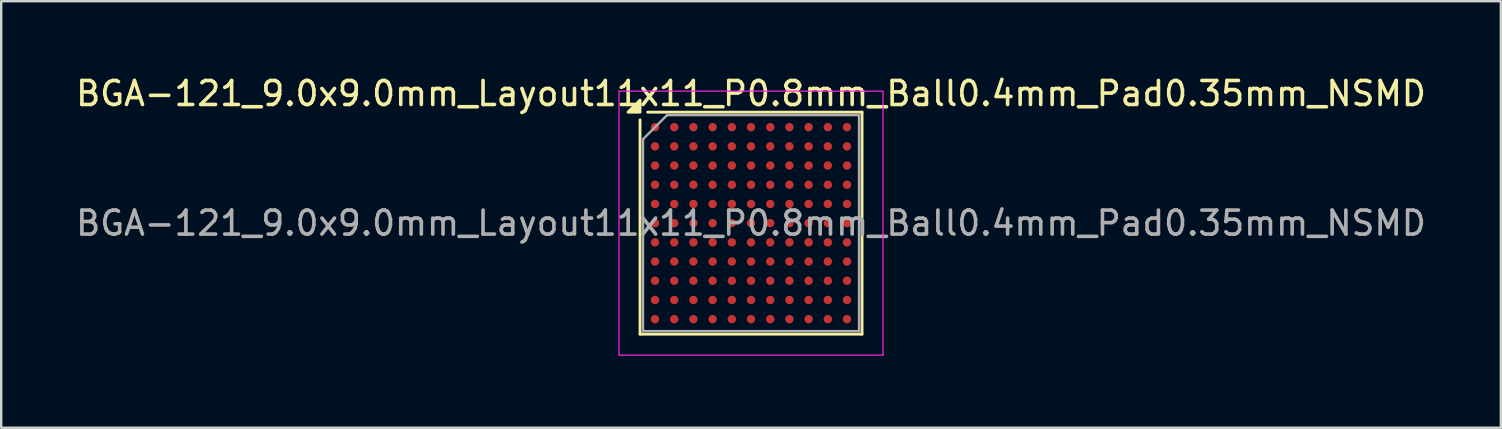
<source format=kicad_pcb>
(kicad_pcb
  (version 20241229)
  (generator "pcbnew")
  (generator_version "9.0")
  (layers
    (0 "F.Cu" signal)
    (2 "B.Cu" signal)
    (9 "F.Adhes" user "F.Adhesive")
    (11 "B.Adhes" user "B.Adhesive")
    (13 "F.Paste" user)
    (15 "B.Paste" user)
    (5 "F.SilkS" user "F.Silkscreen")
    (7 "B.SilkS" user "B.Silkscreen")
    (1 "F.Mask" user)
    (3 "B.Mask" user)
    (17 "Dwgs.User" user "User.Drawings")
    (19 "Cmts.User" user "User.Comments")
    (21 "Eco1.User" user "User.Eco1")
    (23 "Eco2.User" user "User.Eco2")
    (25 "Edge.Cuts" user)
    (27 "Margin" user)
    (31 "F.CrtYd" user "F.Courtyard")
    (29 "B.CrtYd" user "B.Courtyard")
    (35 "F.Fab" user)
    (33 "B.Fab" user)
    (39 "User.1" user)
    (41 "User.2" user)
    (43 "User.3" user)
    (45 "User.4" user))
  (footprint "BGA-121_9.0x9.0mm_Layout11x11_P0.8mm_Ball0.4mm_Pad0.35mm_NSMD"
    (layer "F.Cu")
    (at 28.244 6.248)
    (property "Reference" "BGA-121_9.0x9.0mm_Layout11x11_P0.8mm_Ball0.4mm_Pad0.35mm_NSMD" (at 0 -5.4 0) (layer "F.SilkS") (effects (font (size 1 1) (thickness 0.15))))
    (attr smd)
    (fp_line (start -4.625 4.625) (end -4.625 -4.305) (stroke (width 0.12) (type solid)) (layer "F.SilkS"))
    (fp_line (start -4.625 4.625) (end 4.625 4.625) (stroke (width 0.12) (type solid)) (layer "F.SilkS"))
    (fp_line (start -4.305 -4.625) (end 4.625 -4.625) (stroke (width 0.12) (type solid)) (layer "F.SilkS"))
    (fp_line (start 4.625 -4.625) (end 4.625 4.625) (stroke (width 0.12) (type solid)) (layer "F.SilkS"))
    (fp_poly (pts (xy -4.625 -4.625) (xy -5.125 -4.625) (xy -4.625 -5.125) (xy -4.625 -4.625)) (stroke (width 0.12) (type solid)) (fill yes) (layer "F.SilkS"))
    (fp_line (start -5.5 -5.5) (end -5.5 5.5) (stroke (width 0.05) (type solid)) (layer "F.CrtYd"))
    (fp_line (start -5.5 -5.5) (end 5.5 -5.5) (stroke (width 0.05) (type solid)) (layer "F.CrtYd"))
    (fp_line (start 5.5 -5.5) (end 5.5 5.5) (stroke (width 0.05) (type solid)) (layer "F.CrtYd"))
    (fp_line (start 5.5 5.5) (end -5.5 5.5) (stroke (width 0.05) (type solid)) (layer "F.CrtYd"))
    (fp_line (start -4.5 -3.5) (end -4.5 4.5) (stroke (width 0.1) (type solid)) (layer "F.Fab"))
    (fp_line (start -4.5 4.5) (end 4.5 4.5) (stroke (width 0.1) (type solid)) (layer "F.Fab"))
    (fp_line (start -3.5 -4.5) (end -4.5 -3.5) (stroke (width 0.1) (type solid)) (layer "F.Fab"))
    (fp_line (start -3.5 -4.5) (end 4.5 -4.5) (stroke (width 0.1) (type solid)) (layer "F.Fab"))
    (fp_line (start 4.5 4.5) (end 4.5 -4.5) (stroke (width 0.1) (type solid)) (layer "F.Fab"))
    (fp_text user "${REFERENCE}" (at 0 0 0) (layer "F.Fab") (effects (font (size 1 1) (thickness 0.15))))
    (pad "A1" smd circle (at -4 -4) (size 0.35 0.35) (property pad_prop_bga) (layers "F.Cu" "F.Mask" "F.Paste"))
    (pad "A2" smd circle (at -3.2 -4) (size 0.35 0.35) (property pad_prop_bga) (layers "F.Cu" "F.Mask" "F.Paste"))
    (pad "A3" smd circle (at -2.4 -4) (size 0.35 0.35) (property pad_prop_bga) (layers "F.Cu" "F.Mask" "F.Paste"))
    (pad "A4" smd circle (at -1.6 -4) (size 0.35 0.35) (property pad_prop_bga) (layers "F.Cu" "F.Mask" "F.Paste"))
    (pad "A5" smd circle (at -0.8 -4) (size 0.35 0.35) (property pad_prop_bga) (layers "F.Cu" "F.Mask" "F.Paste"))
    (pad "A6" smd circle (at 0 -4) (size 0.35 0.35) (property pad_prop_bga) (layers "F.Cu" "F.Mask" "F.Paste"))
    (pad "A7" smd circle (at 0.8 -4) (size 0.35 0.35) (property pad_prop_bga) (layers "F.Cu" "F.Mask" "F.Paste"))
    (pad "A8" smd circle (at 1.6 -4) (size 0.35 0.35) (property pad_prop_bga) (layers "F.Cu" "F.Mask" "F.Paste"))
    (pad "A9" smd circle (at 2.4 -4) (size 0.35 0.35) (property pad_prop_bga) (layers "F.Cu" "F.Mask" "F.Paste"))
    (pad "A10" smd circle (at 3.2 -4) (size 0.35 0.35) (property pad_prop_bga) (layers "F.Cu" "F.Mask" "F.Paste"))
    (pad "A11" smd circle (at 4 -4) (size 0.35 0.35) (property pad_prop_bga) (layers "F.Cu" "F.Mask" "F.Paste"))
    (pad "B1" smd circle (at -4 -3.2) (size 0.35 0.35) (property pad_prop_bga) (layers "F.Cu" "F.Mask" "F.Paste"))
    (pad "B2" smd circle (at -3.2 -3.2) (size 0.35 0.35) (property pad_prop_bga) (layers "F.Cu" "F.Mask" "F.Paste"))
    (pad "B3" smd circle (at -2.4 -3.2) (size 0.35 0.35) (property pad_prop_bga) (layers "F.Cu" "F.Mask" "F.Paste"))
    (pad "B4" smd circle (at -1.6 -3.2) (size 0.35 0.35) (property pad_prop_bga) (layers "F.Cu" "F.Mask" "F.Paste"))
    (pad "B5" smd circle (at -0.8 -3.2) (size 0.35 0.35) (property pad_prop_bga) (layers "F.Cu" "F.Mask" "F.Paste"))
    (pad "B6" smd circle (at 0 -3.2) (size 0.35 0.35) (property pad_prop_bga) (layers "F.Cu" "F.Mask" "F.Paste"))
    (pad "B7" smd circle (at 0.8 -3.2) (size 0.35 0.35) (property pad_prop_bga) (layers "F.Cu" "F.Mask" "F.Paste"))
    (pad "B8" smd circle (at 1.6 -3.2) (size 0.35 0.35) (property pad_prop_bga) (layers "F.Cu" "F.Mask" "F.Paste"))
    (pad "B9" smd circle (at 2.4 -3.2) (size 0.35 0.35) (property pad_prop_bga) (layers "F.Cu" "F.Mask" "F.Paste"))
    (pad "B10" smd circle (at 3.2 -3.2) (size 0.35 0.35) (property pad_prop_bga) (layers "F.Cu" "F.Mask" "F.Paste"))
    (pad "B11" smd circle (at 4 -3.2) (size 0.35 0.35) (property pad_prop_bga) (layers "F.Cu" "F.Mask" "F.Paste"))
    (pad "C1" smd circle (at -4 -2.4) (size 0.35 0.35) (property pad_prop_bga) (layers "F.Cu" "F.Mask" "F.Paste"))
    (pad "C2" smd circle (at -3.2 -2.4) (size 0.35 0.35) (property pad_prop_bga) (layers "F.Cu" "F.Mask" "F.Paste"))
    (pad "C3" smd circle (at -2.4 -2.4) (size 0.35 0.35) (property pad_prop_bga) (layers "F.Cu" "F.Mask" "F.Paste"))
    (pad "C4" smd circle (at -1.6 -2.4) (size 0.35 0.35) (property pad_prop_bga) (layers "F.Cu" "F.Mask" "F.Paste"))
    (pad "C5" smd circle (at -0.8 -2.4) (size 0.35 0.35) (property pad_prop_bga) (layers "F.Cu" "F.Mask" "F.Paste"))
    (pad "C6" smd circle (at 0 -2.4) (size 0.35 0.35) (property pad_prop_bga) (layers "F.Cu" "F.Mask" "F.Paste"))
    (pad "C7" smd circle (at 0.8 -2.4) (size 0.35 0.35) (property pad_prop_bga) (layers "F.Cu" "F.Mask" "F.Paste"))
    (pad "C8" smd circle (at 1.6 -2.4) (size 0.35 0.35) (property pad_prop_bga) (layers "F.Cu" "F.Mask" "F.Paste"))
    (pad "C9" smd circle (at 2.4 -2.4) (size 0.35 0.35) (property pad_prop_bga) (layers "F.Cu" "F.Mask" "F.Paste"))
    (pad "C10" smd circle (at 3.2 -2.4) (size 0.35 0.35) (property pad_prop_bga) (layers "F.Cu" "F.Mask" "F.Paste"))
    (pad "C11" smd circle (at 4 -2.4) (size 0.35 0.35) (property pad_prop_bga) (layers "F.Cu" "F.Mask" "F.Paste"))
    (pad "D1" smd circle (at -4 -1.6) (size 0.35 0.35) (property pad_prop_bga) (layers "F.Cu" "F.Mask" "F.Paste"))
    (pad "D2" smd circle (at -3.2 -1.6) (size 0.35 0.35) (property pad_prop_bga) (layers "F.Cu" "F.Mask" "F.Paste"))
    (pad "D3" smd circle (at -2.4 -1.6) (size 0.35 0.35) (property pad_prop_bga) (layers "F.Cu" "F.Mask" "F.Paste"))
    (pad "D4" smd circle (at -1.6 -1.6) (size 0.35 0.35) (property pad_prop_bga) (layers "F.Cu" "F.Mask" "F.Paste"))
    (pad "D5" smd circle (at -0.8 -1.6) (size 0.35 0.35) (property pad_prop_bga) (layers "F.Cu" "F.Mask" "F.Paste"))
    (pad "D6" smd circle (at 0 -1.6) (size 0.35 0.35) (property pad_prop_bga) (layers "F.Cu" "F.Mask" "F.Paste"))
    (pad "D7" smd circle (at 0.8 -1.6) (size 0.35 0.35) (property pad_prop_bga) (layers "F.Cu" "F.Mask" "F.Paste"))
    (pad "D8" smd circle (at 1.6 -1.6) (size 0.35 0.35) (property pad_prop_bga) (layers "F.Cu" "F.Mask" "F.Paste"))
    (pad "D9" smd circle (at 2.4 -1.6) (size 0.35 0.35) (property pad_prop_bga) (layers "F.Cu" "F.Mask" "F.Paste"))
    (pad "D10" smd circle (at 3.2 -1.6) (size 0.35 0.35) (property pad_prop_bga) (layers "F.Cu" "F.Mask" "F.Paste"))
    (pad "D11" smd circle (at 4 -1.6) (size 0.35 0.35) (property pad_prop_bga) (layers "F.Cu" "F.Mask" "F.Paste"))
    (pad "E1" smd circle (at -4 -0.8) (size 0.35 0.35) (property pad_prop_bga) (layers "F.Cu" "F.Mask" "F.Paste"))
    (pad "E2" smd circle (at -3.2 -0.8) (size 0.35 0.35) (property pad_prop_bga) (layers "F.Cu" "F.Mask" "F.Paste"))
    (pad "E3" smd circle (at -2.4 -0.8) (size 0.35 0.35) (property pad_prop_bga) (layers "F.Cu" "F.Mask" "F.Paste"))
    (pad "E4" smd circle (at -1.6 -0.8) (size 0.35 0.35) (property pad_prop_bga) (layers "F.Cu" "F.Mask" "F.Paste"))
    (pad "E5" smd circle (at -0.8 -0.8) (size 0.35 0.35) (property pad_prop_bga) (layers "F.Cu" "F.Mask" "F.Paste"))
    (pad "E6" smd circle (at 0 -0.8) (size 0.35 0.35) (property pad_prop_bga) (layers "F.Cu" "F.Mask" "F.Paste"))
    (pad "E7" smd circle (at 0.8 -0.8) (size 0.35 0.35) (property pad_prop_bga) (layers "F.Cu" "F.Mask" "F.Paste"))
    (pad "E8" smd circle (at 1.6 -0.8) (size 0.35 0.35) (property pad_prop_bga) (layers "F.Cu" "F.Mask" "F.Paste"))
    (pad "E9" smd circle (at 2.4 -0.8) (size 0.35 0.35) (property pad_prop_bga) (layers "F.Cu" "F.Mask" "F.Paste"))
    (pad "E10" smd circle (at 3.2 -0.8) (size 0.35 0.35) (property pad_prop_bga) (layers "F.Cu" "F.Mask" "F.Paste"))
    (pad "E11" smd circle (at 4 -0.8) (size 0.35 0.35) (property pad_prop_bga) (layers "F.Cu" "F.Mask" "F.Paste"))
    (pad "F1" smd circle (at -4 0) (size 0.35 0.35) (property pad_prop_bga) (layers "F.Cu" "F.Mask" "F.Paste"))
    (pad "F2" smd circle (at -3.2 0) (size 0.35 0.35) (property pad_prop_bga) (layers "F.Cu" "F.Mask" "F.Paste"))
    (pad "F3" smd circle (at -2.4 0) (size 0.35 0.35) (property pad_prop_bga) (layers "F.Cu" "F.Mask" "F.Paste"))
    (pad "F4" smd circle (at -1.6 0) (size 0.35 0.35) (property pad_prop_bga) (layers "F.Cu" "F.Mask" "F.Paste"))
    (pad "F5" smd circle (at -0.8 0) (size 0.35 0.35) (property pad_prop_bga) (layers "F.Cu" "F.Mask" "F.Paste"))
    (pad "F6" smd circle (at 0 0) (size 0.35 0.35) (property pad_prop_bga) (layers "F.Cu" "F.Mask" "F.Paste"))
    (pad "F7" smd circle (at 0.8 0) (size 0.35 0.35) (property pad_prop_bga) (layers "F.Cu" "F.Mask" "F.Paste"))
    (pad "F8" smd circle (at 1.6 0) (size 0.35 0.35) (property pad_prop_bga) (layers "F.Cu" "F.Mask" "F.Paste"))
    (pad "F9" smd circle (at 2.4 0) (size 0.35 0.35) (property pad_prop_bga) (layers "F.Cu" "F.Mask" "F.Paste"))
    (pad "F10" smd circle (at 3.2 0) (size 0.35 0.35) (property pad_prop_bga) (layers "F.Cu" "F.Mask" "F.Paste"))
    (pad "F11" smd circle (at 4 0) (size 0.35 0.35) (property pad_prop_bga) (layers "F.Cu" "F.Mask" "F.Paste"))
    (pad "G1" smd circle (at -4 0.8) (size 0.35 0.35) (property pad_prop_bga) (layers "F.Cu" "F.Mask" "F.Paste"))
    (pad "G2" smd circle (at -3.2 0.8) (size 0.35 0.35) (property pad_prop_bga) (layers "F.Cu" "F.Mask" "F.Paste"))
    (pad "G3" smd circle (at -2.4 0.8) (size 0.35 0.35) (property pad_prop_bga) (layers "F.Cu" "F.Mask" "F.Paste"))
    (pad "G4" smd circle (at -1.6 0.8) (size 0.35 0.35) (property pad_prop_bga) (layers "F.Cu" "F.Mask" "F.Paste"))
    (pad "G5" smd circle (at -0.8 0.8) (size 0.35 0.35) (property pad_prop_bga) (layers "F.Cu" "F.Mask" "F.Paste"))
    (pad "G6" smd circle (at 0 0.8) (size 0.35 0.35) (property pad_prop_bga) (layers "F.Cu" "F.Mask" "F.Paste"))
    (pad "G7" smd circle (at 0.8 0.8) (size 0.35 0.35) (property pad_prop_bga) (layers "F.Cu" "F.Mask" "F.Paste"))
    (pad "G8" smd circle (at 1.6 0.8) (size 0.35 0.35) (property pad_prop_bga) (layers "F.Cu" "F.Mask" "F.Paste"))
    (pad "G9" smd circle (at 2.4 0.8) (size 0.35 0.35) (property pad_prop_bga) (layers "F.Cu" "F.Mask" "F.Paste"))
    (pad "G10" smd circle (at 3.2 0.8) (size 0.35 0.35) (property pad_prop_bga) (layers "F.Cu" "F.Mask" "F.Paste"))
    (pad "G11" smd circle (at 4 0.8) (size 0.35 0.35) (property pad_prop_bga) (layers "F.Cu" "F.Mask" "F.Paste"))
    (pad "H1" smd circle (at -4 1.6) (size 0.35 0.35) (property pad_prop_bga) (layers "F.Cu" "F.Mask" "F.Paste"))
    (pad "H2" smd circle (at -3.2 1.6) (size 0.35 0.35) (property pad_prop_bga) (layers "F.Cu" "F.Mask" "F.Paste"))
    (pad "H3" smd circle (at -2.4 1.6) (size 0.35 0.35) (property pad_prop_bga) (layers "F.Cu" "F.Mask" "F.Paste"))
    (pad "H4" smd circle (at -1.6 1.6) (size 0.35 0.35) (property pad_prop_bga) (layers "F.Cu" "F.Mask" "F.Paste"))
    (pad "H5" smd circle (at -0.8 1.6) (size 0.35 0.35) (property pad_prop_bga) (layers "F.Cu" "F.Mask" "F.Paste"))
    (pad "H6" smd circle (at 0 1.6) (size 0.35 0.35) (property pad_prop_bga) (layers "F.Cu" "F.Mask" "F.Paste"))
    (pad "H7" smd circle (at 0.8 1.6) (size 0.35 0.35) (property pad_prop_bga) (layers "F.Cu" "F.Mask" "F.Paste"))
    (pad "H8" smd circle (at 1.6 1.6) (size 0.35 0.35) (property pad_prop_bga) (layers "F.Cu" "F.Mask" "F.Paste"))
    (pad "H9" smd circle (at 2.4 1.6) (size 0.35 0.35) (property pad_prop_bga) (layers "F.Cu" "F.Mask" "F.Paste"))
    (pad "H10" smd circle (at 3.2 1.6) (size 0.35 0.35) (property pad_prop_bga) (layers "F.Cu" "F.Mask" "F.Paste"))
    (pad "H11" smd circle (at 4 1.6) (size 0.35 0.35) (property pad_prop_bga) (layers "F.Cu" "F.Mask" "F.Paste"))
    (pad "J1" smd circle (at -4 2.4) (size 0.35 0.35) (property pad_prop_bga) (layers "F.Cu" "F.Mask" "F.Paste"))
    (pad "J2" smd circle (at -3.2 2.4) (size 0.35 0.35) (property pad_prop_bga) (layers "F.Cu" "F.Mask" "F.Paste"))
    (pad "J3" smd circle (at -2.4 2.4) (size 0.35 0.35) (property pad_prop_bga) (layers "F.Cu" "F.Mask" "F.Paste"))
    (pad "J4" smd circle (at -1.6 2.4) (size 0.35 0.35) (property pad_prop_bga) (layers "F.Cu" "F.Mask" "F.Paste"))
    (pad "J5" smd circle (at -0.8 2.4) (size 0.35 0.35) (property pad_prop_bga) (layers "F.Cu" "F.Mask" "F.Paste"))
    (pad "J6" smd circle (at 0 2.4) (size 0.35 0.35) (property pad_prop_bga) (layers "F.Cu" "F.Mask" "F.Paste"))
    (pad "J7" smd circle (at 0.8 2.4) (size 0.35 0.35) (property pad_prop_bga) (layers "F.Cu" "F.Mask" "F.Paste"))
    (pad "J8" smd circle (at 1.6 2.4) (size 0.35 0.35) (property pad_prop_bga) (layers "F.Cu" "F.Mask" "F.Paste"))
    (pad "J9" smd circle (at 2.4 2.4) (size 0.35 0.35) (property pad_prop_bga) (layers "F.Cu" "F.Mask" "F.Paste"))
    (pad "J10" smd circle (at 3.2 2.4) (size 0.35 0.35) (property pad_prop_bga) (layers "F.Cu" "F.Mask" "F.Paste"))
    (pad "J11" smd circle (at 4 2.4) (size 0.35 0.35) (property pad_prop_bga) (layers "F.Cu" "F.Mask" "F.Paste"))
    (pad "K1" smd circle (at -4 3.2) (size 0.35 0.35) (property pad_prop_bga) (layers "F.Cu" "F.Mask" "F.Paste"))
    (pad "K2" smd circle (at -3.2 3.2) (size 0.35 0.35) (property pad_prop_bga) (layers "F.Cu" "F.Mask" "F.Paste"))
    (pad "K3" smd circle (at -2.4 3.2) (size 0.35 0.35) (property pad_prop_bga) (layers "F.Cu" "F.Mask" "F.Paste"))
    (pad "K4" smd circle (at -1.6 3.2) (size 0.35 0.35) (property pad_prop_bga) (layers "F.Cu" "F.Mask" "F.Paste"))
    (pad "K5" smd circle (at -0.8 3.2) (size 0.35 0.35) (property pad_prop_bga) (layers "F.Cu" "F.Mask" "F.Paste"))
    (pad "K6" smd circle (at 0 3.2) (size 0.35 0.35) (property pad_prop_bga) (layers "F.Cu" "F.Mask" "F.Paste"))
    (pad "K7" smd circle (at 0.8 3.2) (size 0.35 0.35) (property pad_prop_bga) (layers "F.Cu" "F.Mask" "F.Paste"))
    (pad "K8" smd circle (at 1.6 3.2) (size 0.35 0.35) (property pad_prop_bga) (layers "F.Cu" "F.Mask" "F.Paste"))
    (pad "K9" smd circle (at 2.4 3.2) (size 0.35 0.35) (property pad_prop_bga) (layers "F.Cu" "F.Mask" "F.Paste"))
    (pad "K10" smd circle (at 3.2 3.2) (size 0.35 0.35) (property pad_prop_bga) (layers "F.Cu" "F.Mask" "F.Paste"))
    (pad "K11" smd circle (at 4 3.2) (size 0.35 0.35) (property pad_prop_bga) (layers "F.Cu" "F.Mask" "F.Paste"))
    (pad "L1" smd circle (at -4 4) (size 0.35 0.35) (property pad_prop_bga) (layers "F.Cu" "F.Mask" "F.Paste"))
    (pad "L2" smd circle (at -3.2 4) (size 0.35 0.35) (property pad_prop_bga) (layers "F.Cu" "F.Mask" "F.Paste"))
    (pad "L3" smd circle (at -2.4 4) (size 0.35 0.35) (property pad_prop_bga) (layers "F.Cu" "F.Mask" "F.Paste"))
    (pad "L4" smd circle (at -1.6 4) (size 0.35 0.35) (property pad_prop_bga) (layers "F.Cu" "F.Mask" "F.Paste"))
    (pad "L5" smd circle (at -0.8 4) (size 0.35 0.35) (property pad_prop_bga) (layers "F.Cu" "F.Mask" "F.Paste"))
    (pad "L6" smd circle (at 0 4) (size 0.35 0.35) (property pad_prop_bga) (layers "F.Cu" "F.Mask" "F.Paste"))
    (pad "L7" smd circle (at 0.8 4) (size 0.35 0.35) (property pad_prop_bga) (layers "F.Cu" "F.Mask" "F.Paste"))
    (pad "L8" smd circle (at 1.6 4) (size 0.35 0.35) (property pad_prop_bga) (layers "F.Cu" "F.Mask" "F.Paste"))
    (pad "L9" smd circle (at 2.4 4) (size 0.35 0.35) (property pad_prop_bga) (layers "F.Cu" "F.Mask" "F.Paste"))
    (pad "L10" smd circle (at 3.2 4) (size 0.35 0.35) (property pad_prop_bga) (layers "F.Cu" "F.Mask" "F.Paste"))
    (pad "L11" smd circle (at 4 4) (size 0.35 0.35) (property pad_prop_bga) (layers "F.Cu" "F.Mask" "F.Paste")))
  (gr_rect
    (start -3 -3)
    (end 59.488 14.773)
    (stroke (width 0.1) (type default))
    (fill no)
    (layer "Edge.Cuts")))
</source>
